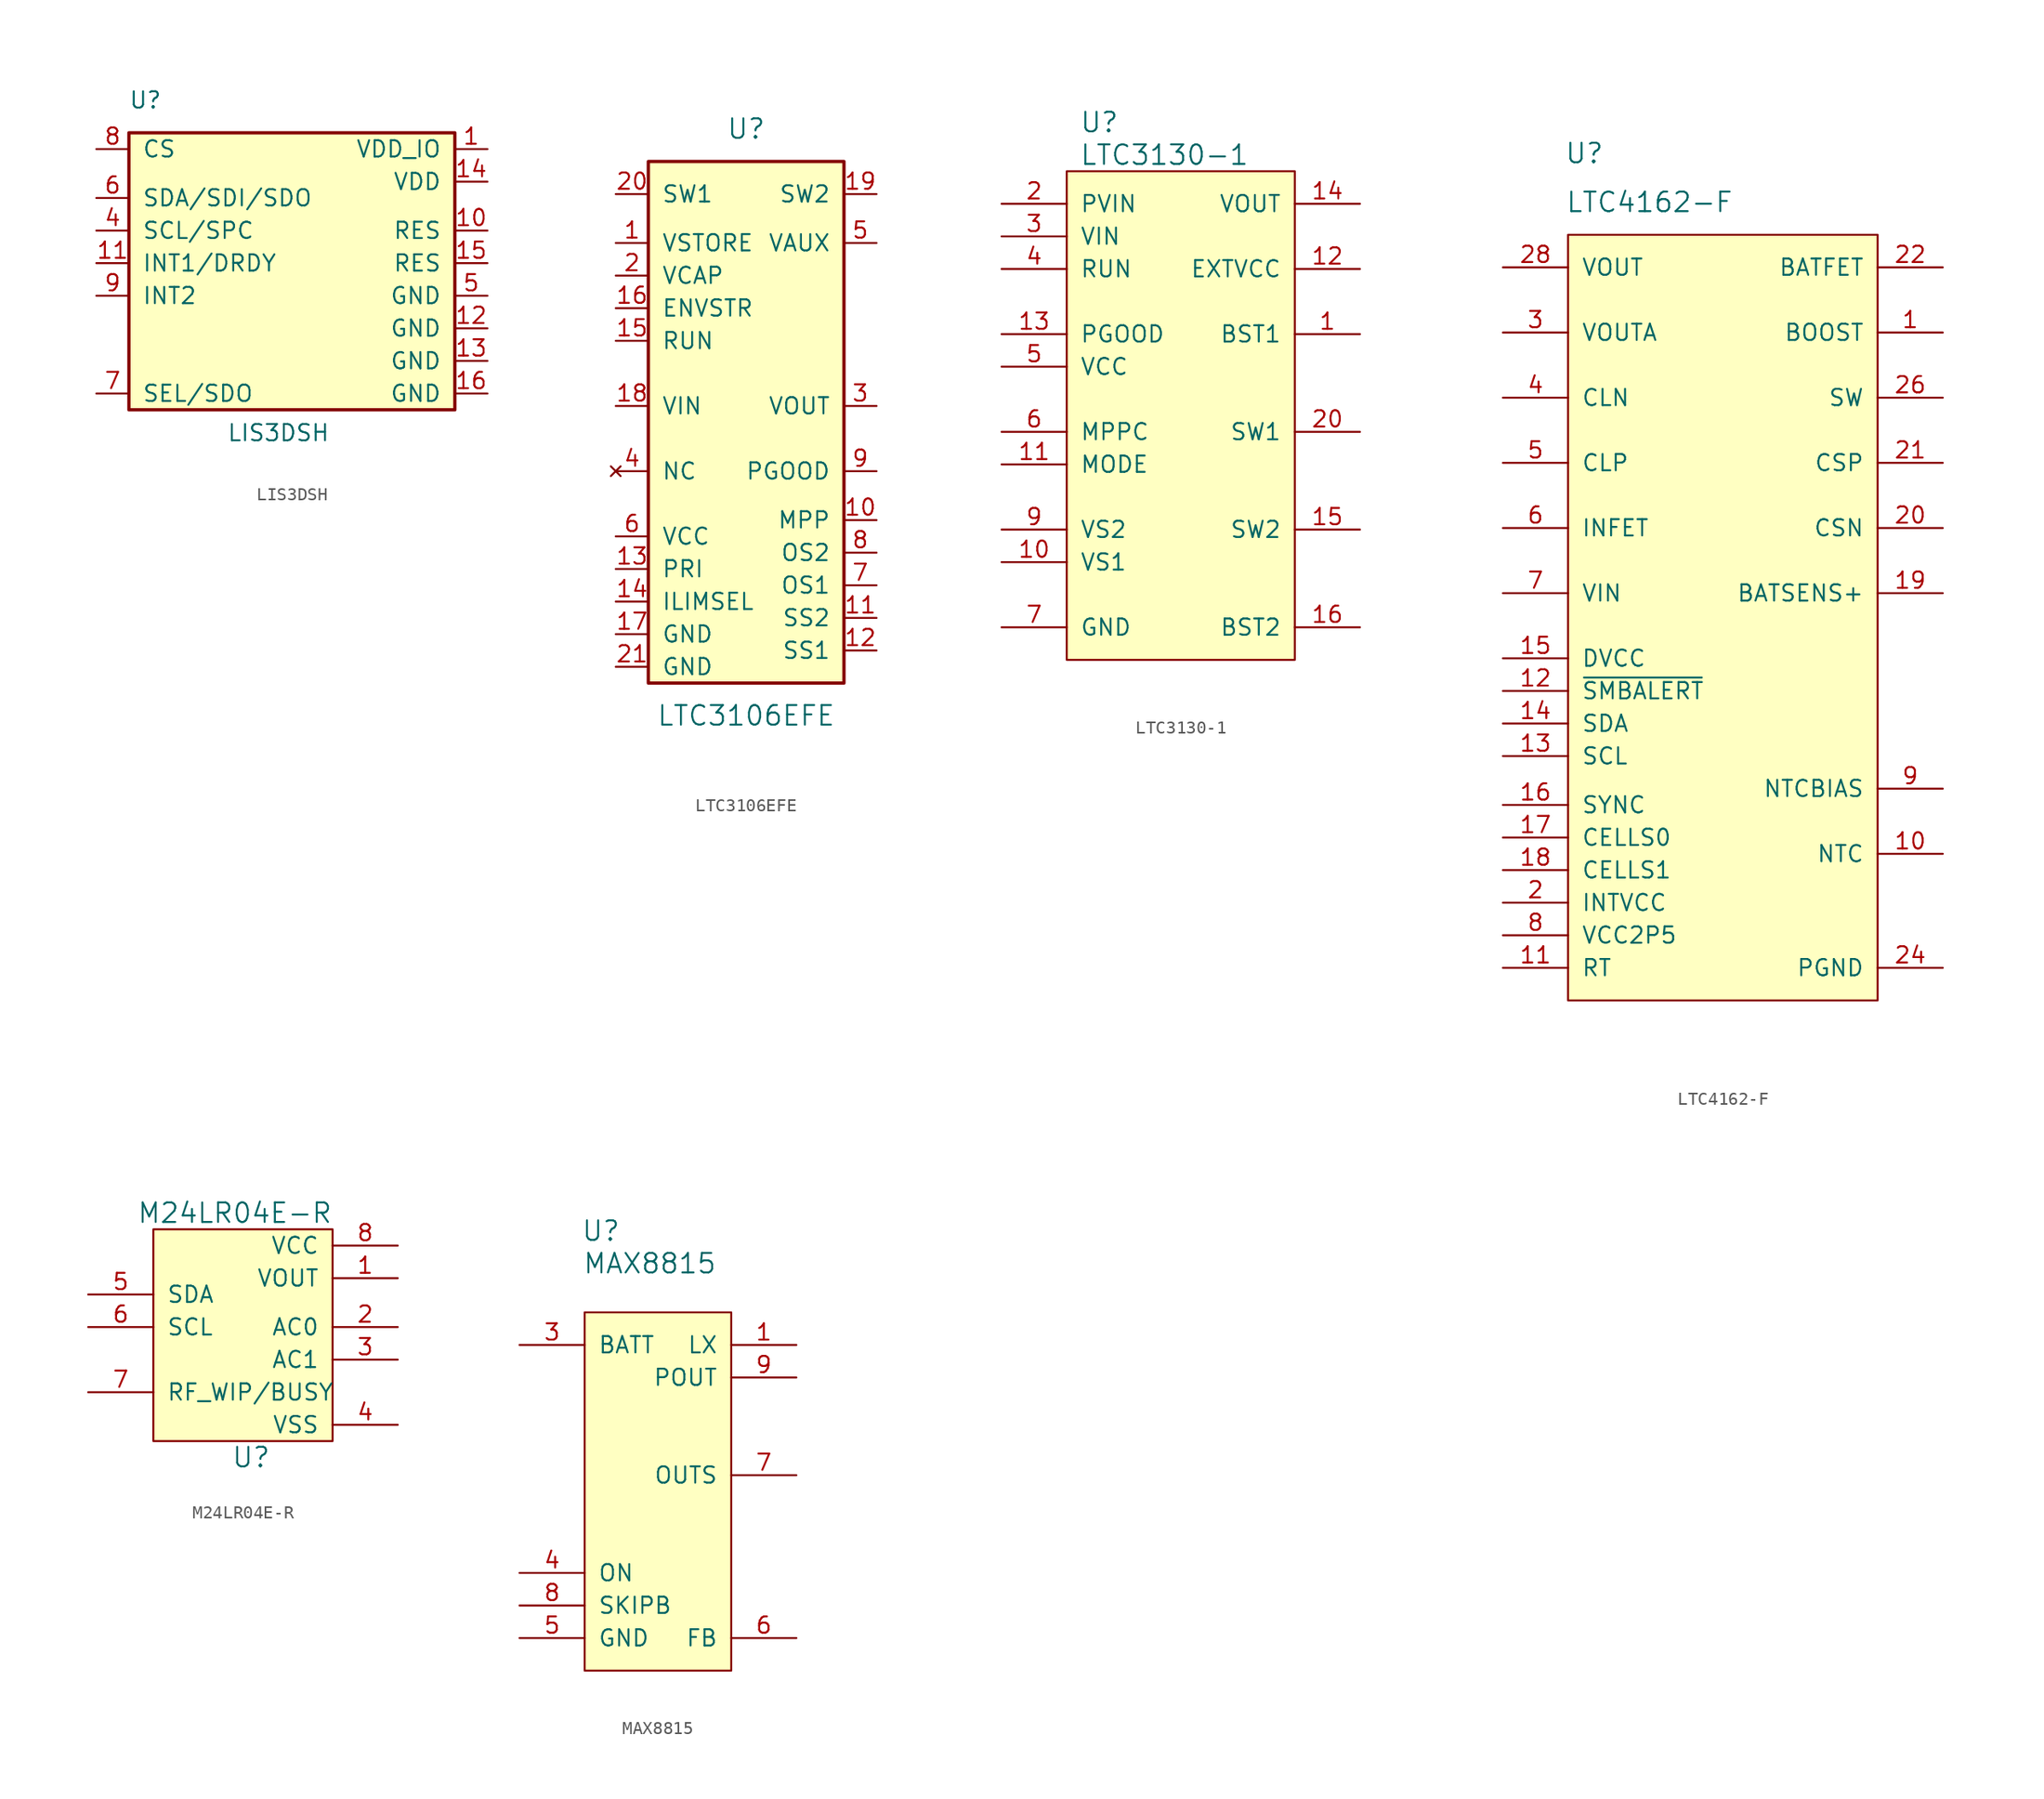
<source format=kicad_sym>
(kicad_symbol_lib
  (version 20201005)
  (generator kicad_symbol_editor)
  (symbol "goyman:LIS3DSH"
    (pin_names
      (offset 1.016))
    (property "Reference" "U"
      (at -12.725 13.233 0)
      (effects (font (size 1.27 1.27)) (justify left bottom)))
    (property "Value" "LIS3DSH"
      (at -5.08 -12.7 0)
      (effects (font (size 1.27 1.27)) (justify left bottom)))
    (property "ki_locked" ""
      (at 0 0 0)
      (effects (font (size 1.27 1.27))))
    (symbol "LIS3DSH_0_0"
      (pin power_in line (at 15.24 10.16 180) (length 2.54) (name "VDD_IO" (effects (font (size 1.27 1.27)))) (number "1" (effects (font (size 1.27 1.27)))))
      (pin power_in line (at 15.24 3.81 180) (length 2.54) (name "RES" (effects (font (size 1.27 1.27)))) (number "10" (effects (font (size 1.27 1.27)))))
      (pin input line (at -15.24 1.27 0) (length 2.54) (name "INT1/DRDY" (effects (font (size 1.27 1.27)))) (number "11" (effects (font (size 1.27 1.27)))))
      (pin power_in line (at 15.24 -3.81 180) (length 2.54) (name "GND" (effects (font (size 1.27 1.27)))) (number "12" (effects (font (size 1.27 1.27)))))
      (pin power_in line (at 15.24 -6.35 180) (length 2.54) (name "GND" (effects (font (size 1.27 1.27)))) (number "13" (effects (font (size 1.27 1.27)))))
      (pin power_in line (at 15.24 7.62 180) (length 2.54) (name "VDD" (effects (font (size 1.27 1.27)))) (number "14" (effects (font (size 1.27 1.27)))))
      (pin power_in line (at 15.24 1.27 180) (length 2.54) (name "RES" (effects (font (size 1.27 1.27)))) (number "15" (effects (font (size 1.27 1.27)))))
      (pin power_in line (at 15.24 -8.89 180) (length 2.54) (name "GND" (effects (font (size 1.27 1.27)))) (number "16" (effects (font (size 1.27 1.27)))))
      (pin input line (at -15.24 3.81 0) (length 2.54) (name "SCL/SPC" (effects (font (size 1.27 1.27)))) (number "4" (effects (font (size 1.27 1.27)))))
      (pin power_in line (at 15.24 -1.27 180) (length 2.54) (name "GND" (effects (font (size 1.27 1.27)))) (number "5" (effects (font (size 1.27 1.27)))))
      (pin bidirectional line (at -15.24 6.35 0) (length 2.54) (name "SDA/SDI/SDO" (effects (font (size 1.27 1.27)))) (number "6" (effects (font (size 1.27 1.27)))))
      (pin output line (at -15.24 -8.89 0) (length 2.54) (name "SEL/SDO" (effects (font (size 1.27 1.27)))) (number "7" (effects (font (size 1.27 1.27)))))
      (pin input line (at -15.24 10.16 0) (length 2.54) (name "CS" (effects (font (size 1.27 1.27)))) (number "8" (effects (font (size 1.27 1.27)))))
      (pin input line (at -15.24 -1.27 0) (length 2.54) (name "INT2" (effects (font (size 1.27 1.27)))) (number "9" (effects (font (size 1.27 1.27))))))
    (symbol "LIS3DSH_1_0"
      (rectangle (start -12.7 11.43) (end 12.7 -10.16) (stroke (width 0.254)) (fill (type background)))))
  (symbol "goyman:LTC3106EFE"
    (pin_names
      (offset 1.016))
    (property "Reference" "U"
      (at 0 19.05 0)
      (effects (font (size 1.524 1.524))))
    (property "Value" "LTC3106EFE"
      (at 0 -26.67 0)
      (effects (font (size 1.524 1.524))))
    (symbol "LTC3106EFE_0_0"
      (rectangle (start -7.62 16.51) (end 7.62 -24.13) (stroke (width 0.254)) (fill (type background)))
      (pin power_in line (at 10.16 -11.43 180) (length 2.54) (name "MPP" (effects (font (size 1.27 1.27)))) (number "10" (effects (font (size 1.27 1.27)))))
      (pin power_in line (at 10.16 -19.05 180) (length 2.54) (name "SS2" (effects (font (size 1.27 1.27)))) (number "11" (effects (font (size 1.27 1.27)))))
      (pin power_in line (at 10.16 -21.59 180) (length 2.54) (name "SS1" (effects (font (size 1.27 1.27)))) (number "12" (effects (font (size 1.27 1.27)))))
      (pin power_in line (at -10.16 -15.24 0) (length 2.54) (name "PRI" (effects (font (size 1.27 1.27)))) (number "13" (effects (font (size 1.27 1.27)))))
      (pin power_in line (at -10.16 -17.78 0) (length 2.54) (name "ILIMSEL" (effects (font (size 1.27 1.27)))) (number "14" (effects (font (size 1.27 1.27)))))
      (pin power_in line (at -10.16 2.54 0) (length 2.54) (name "RUN" (effects (font (size 1.27 1.27)))) (number "15" (effects (font (size 1.27 1.27)))))
      (pin power_in line (at -10.16 5.08 0) (length 2.54) (name "ENVSTR" (effects (font (size 1.27 1.27)))) (number "16" (effects (font (size 1.27 1.27)))))
      (pin power_in line (at -10.16 -20.32 0) (length 2.54) (name "GND" (effects (font (size 1.27 1.27)))) (number "17" (effects (font (size 1.27 1.27)))))
      (pin power_in line (at -10.16 -2.54 0) (length 2.54) (name "VIN" (effects (font (size 1.27 1.27)))) (number "18" (effects (font (size 1.27 1.27)))))
      (pin power_in line (at 10.16 13.97 180) (length 2.54) (name "SW2" (effects (font (size 1.27 1.27)))) (number "19" (effects (font (size 1.27 1.27)))))
      (pin power_in line (at -10.16 7.62 0) (length 2.54) (name "VCAP" (effects (font (size 1.27 1.27)))) (number "2" (effects (font (size 1.27 1.27)))))
      (pin power_in line (at -10.16 13.97 0) (length 2.54) (name "SW1" (effects (font (size 1.27 1.27)))) (number "20" (effects (font (size 1.27 1.27)))))
      (pin power_in line (at 10.16 -2.54 180) (length 2.54) (name "VOUT" (effects (font (size 1.27 1.27)))) (number "3" (effects (font (size 1.27 1.27)))))
      (pin unconnected line (at -10.16 -7.62 0) (length 2.54) (name "NC" (effects (font (size 1.27 1.27)))) (number "4" (effects (font (size 1.27 1.27)))))
      (pin power_in line (at 10.16 10.16 180) (length 2.54) (name "VAUX" (effects (font (size 1.27 1.27)))) (number "5" (effects (font (size 1.27 1.27)))))
      (pin power_in line (at -10.16 -12.7 0) (length 2.54) (name "VCC" (effects (font (size 1.27 1.27)))) (number "6" (effects (font (size 1.27 1.27)))))
      (pin power_in line (at 10.16 -16.51 180) (length 2.54) (name "OS1" (effects (font (size 1.27 1.27)))) (number "7" (effects (font (size 1.27 1.27)))))
      (pin power_in line (at 10.16 -13.97 180) (length 2.54) (name "OS2" (effects (font (size 1.27 1.27)))) (number "8" (effects (font (size 1.27 1.27)))))
      (pin power_in line (at 10.16 -7.62 180) (length 2.54) (name "PGOOD" (effects (font (size 1.27 1.27)))) (number "9" (effects (font (size 1.27 1.27))))))
    (symbol "LTC3106EFE_1_0"
      (pin power_in line (at -10.16 10.16 0) (length 2.54) (name "VSTORE" (effects (font (size 1.27 1.27)))) (number "1" (effects (font (size 1.27 1.27))))))
    (symbol "LTC3106EFE_1_1"
      (pin power_in line (at -10.16 -22.86 0) (length 2.54) (name "GND" (effects (font (size 1.27 1.27)))) (number "21" (effects (font (size 1.27 1.27)))))))
  (symbol "goyman:LTC3130-1"
    (pin_names
      (offset 1.016))
    (property "Reference" "U"
      (at 2.54 3.81 0)
      (effects (font (size 1.524 1.524))))
    (property "Value" "LTC3130-1"
      (at 7.62 1.27 0)
      (effects (font (size 1.524 1.524))))
    (symbol "LTC3130-1_0_1"
      (rectangle (start 0 0) (end 17.78 -38.1) (stroke (width 0)) (fill (type background))))
    (symbol "LTC3130-1_1_1"
      (pin passive line (at 22.86 -12.7 180) (length 5.08) (name "BST1" (effects (font (size 1.27 1.27)))) (number "1" (effects (font (size 1.27 1.27)))))
      (pin passive line (at -5.08 -30.48 0) (length 5.08) (name "VS1" (effects (font (size 1.27 1.27)))) (number "10" (effects (font (size 1.27 1.27)))))
      (pin passive line (at -5.08 -22.86 0) (length 5.08) (name "MODE" (effects (font (size 1.27 1.27)))) (number "11" (effects (font (size 1.27 1.27)))))
      (pin passive line (at 22.86 -7.62 180) (length 5.08) (name "EXTVCC" (effects (font (size 1.27 1.27)))) (number "12" (effects (font (size 1.27 1.27)))))
      (pin passive line (at -5.08 -12.7 0) (length 5.08) (name "PGOOD" (effects (font (size 1.27 1.27)))) (number "13" (effects (font (size 1.27 1.27)))))
      (pin passive line (at 22.86 -2.54 180) (length 5.08) (name "VOUT" (effects (font (size 1.27 1.27)))) (number "14" (effects (font (size 1.27 1.27)))))
      (pin passive line (at 22.86 -27.94 180) (length 5.08) (name "SW2" (effects (font (size 1.27 1.27)))) (number "15" (effects (font (size 1.27 1.27)))))
      (pin passive line (at 22.86 -35.56 180) (length 5.08) (name "BST2" (effects (font (size 1.27 1.27)))) (number "16" (effects (font (size 1.27 1.27)))))
      (pin unconnected line (at -5.08 -35.56 0) (length 5.08) hide (name "~" (effects (font (size 1.27 1.27)))) (number "17" (effects (font (size 1.27 1.27)))))
      (pin passive line (at -5.08 -35.56 0) (length 5.08) hide (name "PGND" (effects (font (size 1.27 1.27)))) (number "18" (effects (font (size 1.27 1.27)))))
      (pin passive line (at -5.08 -35.56 0) (length 5.08) hide (name "PGND" (effects (font (size 1.27 1.27)))) (number "19" (effects (font (size 1.27 1.27)))))
      (pin passive line (at -5.08 -2.54 0) (length 5.08) (name "PVIN" (effects (font (size 1.27 1.27)))) (number "2" (effects (font (size 1.27 1.27)))))
      (pin passive line (at 22.86 -20.32 180) (length 5.08) (name "SW1" (effects (font (size 1.27 1.27)))) (number "20" (effects (font (size 1.27 1.27)))))
      (pin passive line (at -5.08 -35.56 0) (length 5.08) hide (name "GND" (effects (font (size 1.27 1.27)))) (number "21" (effects (font (size 1.27 1.27)))))
      (pin passive line (at -5.08 -5.08 0) (length 5.08) (name "VIN" (effects (font (size 1.27 1.27)))) (number "3" (effects (font (size 1.27 1.27)))))
      (pin passive line (at -5.08 -7.62 0) (length 5.08) (name "RUN" (effects (font (size 1.27 1.27)))) (number "4" (effects (font (size 1.27 1.27)))))
      (pin passive line (at -5.08 -15.24 0) (length 5.08) (name "VCC" (effects (font (size 1.27 1.27)))) (number "5" (effects (font (size 1.27 1.27)))))
      (pin passive line (at -5.08 -20.32 0) (length 5.08) (name "MPPC" (effects (font (size 1.27 1.27)))) (number "6" (effects (font (size 1.27 1.27)))))
      (pin passive line (at -5.08 -35.56 0) (length 5.08) (name "GND" (effects (font (size 1.27 1.27)))) (number "7" (effects (font (size 1.27 1.27)))))
      (pin passive line (at -5.08 -35.56 0) (length 5.08) hide (name "GND" (effects (font (size 1.27 1.27)))) (number "8" (effects (font (size 1.27 1.27)))))
      (pin passive line (at -5.08 -27.94 0) (length 5.08) (name "VS2" (effects (font (size 1.27 1.27)))) (number "9" (effects (font (size 1.27 1.27)))))))
  (symbol "goyman:LTC4162-F"
    (pin_names
      (offset 1.016))
    (property "Reference" "U"
      (at 1.27 6.35 0)
      (effects (font (size 1.524 1.524))))
    (property "Value" "LTC4162-F"
      (at 6.35 2.54 0)
      (effects (font (size 1.524 1.524))))
    (symbol "LTC4162-F_0_1"
      (rectangle (start 24.13 -59.69) (end 0 0) (stroke (width 0)) (fill (type background))))
    (symbol "LTC4162-F_1_1"
      (pin passive line (at 29.21 -7.62 180) (length 5.08) (name "BOOST" (effects (font (size 1.27 1.27)))) (number "1" (effects (font (size 1.27 1.27)))))
      (pin passive line (at 29.21 -48.26 180) (length 5.08) (name "NTC" (effects (font (size 1.27 1.27)))) (number "10" (effects (font (size 1.27 1.27)))))
      (pin passive line (at -5.08 -57.15 0) (length 5.08) (name "RT" (effects (font (size 1.27 1.27)))) (number "11" (effects (font (size 1.27 1.27)))))
      (pin passive line (at -5.08 -35.56 0) (length 5.08) (name "~SMBALERT~" (effects (font (size 1.27 1.27)))) (number "12" (effects (font (size 1.27 1.27)))))
      (pin passive line (at -5.08 -40.64 0) (length 5.08) (name "SCL" (effects (font (size 1.27 1.27)))) (number "13" (effects (font (size 1.27 1.27)))))
      (pin passive line (at -5.08 -38.1 0) (length 5.08) (name "SDA" (effects (font (size 1.27 1.27)))) (number "14" (effects (font (size 1.27 1.27)))))
      (pin passive line (at -5.08 -33.02 0) (length 5.08) (name "DVCC" (effects (font (size 1.27 1.27)))) (number "15" (effects (font (size 1.27 1.27)))))
      (pin passive line (at -5.08 -44.45 0) (length 5.08) (name "SYNC" (effects (font (size 1.27 1.27)))) (number "16" (effects (font (size 1.27 1.27)))))
      (pin passive line (at -5.08 -46.99 0) (length 5.08) (name "CELLS0" (effects (font (size 1.27 1.27)))) (number "17" (effects (font (size 1.27 1.27)))))
      (pin passive line (at -5.08 -49.53 0) (length 5.08) (name "CELLS1" (effects (font (size 1.27 1.27)))) (number "18" (effects (font (size 1.27 1.27)))))
      (pin passive line (at 29.21 -27.94 180) (length 5.08) (name "BATSENS+" (effects (font (size 1.27 1.27)))) (number "19" (effects (font (size 1.27 1.27)))))
      (pin passive line (at -5.08 -52.07 0) (length 5.08) (name "INTVCC" (effects (font (size 1.27 1.27)))) (number "2" (effects (font (size 1.27 1.27)))))
      (pin passive line (at 29.21 -22.86 180) (length 5.08) (name "CSN" (effects (font (size 1.27 1.27)))) (number "20" (effects (font (size 1.27 1.27)))))
      (pin passive line (at 29.21 -17.78 180) (length 5.08) (name "CSP" (effects (font (size 1.27 1.27)))) (number "21" (effects (font (size 1.27 1.27)))))
      (pin passive line (at 29.21 -2.54 180) (length 5.08) (name "BATFET" (effects (font (size 1.27 1.27)))) (number "22" (effects (font (size 1.27 1.27)))))
      (pin passive line (at 29.21 -57.15 180) (length 5.08) hide (name "PGND" (effects (font (size 1.27 1.27)))) (number "23" (effects (font (size 1.27 1.27)))))
      (pin passive line (at 29.21 -57.15 180) (length 5.08) (name "PGND" (effects (font (size 1.27 1.27)))) (number "24" (effects (font (size 1.27 1.27)))))
      (pin passive line (at 29.21 -12.7 180) (length 5.08) hide (name "SW" (effects (font (size 1.27 1.27)))) (number "25" (effects (font (size 1.27 1.27)))))
      (pin passive line (at 29.21 -12.7 180) (length 5.08) (name "SW" (effects (font (size 1.27 1.27)))) (number "26" (effects (font (size 1.27 1.27)))))
      (pin passive line (at -5.08 -2.54 0) (length 5.08) hide (name "VOUT" (effects (font (size 1.27 1.27)))) (number "27" (effects (font (size 1.27 1.27)))))
      (pin passive line (at -5.08 -2.54 0) (length 5.08) (name "VOUT" (effects (font (size 1.27 1.27)))) (number "28" (effects (font (size 1.27 1.27)))))
      (pin passive line (at 29.21 -57.15 180) (length 5.08) hide (name "AGND" (effects (font (size 1.27 1.27)))) (number "29" (effects (font (size 1.27 1.27)))))
      (pin passive line (at -5.08 -7.62 0) (length 5.08) (name "VOUTA" (effects (font (size 1.27 1.27)))) (number "3" (effects (font (size 1.27 1.27)))))
      (pin passive line (at -5.08 -12.7 0) (length 5.08) (name "CLN" (effects (font (size 1.27 1.27)))) (number "4" (effects (font (size 1.27 1.27)))))
      (pin passive line (at -5.08 -17.78 0) (length 5.08) (name "CLP" (effects (font (size 1.27 1.27)))) (number "5" (effects (font (size 1.27 1.27)))))
      (pin passive line (at -5.08 -22.86 0) (length 5.08) (name "INFET" (effects (font (size 1.27 1.27)))) (number "6" (effects (font (size 1.27 1.27)))))
      (pin passive line (at -5.08 -27.94 0) (length 5.08) (name "VIN" (effects (font (size 1.27 1.27)))) (number "7" (effects (font (size 1.27 1.27)))))
      (pin passive line (at -5.08 -54.61 0) (length 5.08) (name "VCC2P5" (effects (font (size 1.27 1.27)))) (number "8" (effects (font (size 1.27 1.27)))))
      (pin passive line (at 29.21 -43.18 180) (length 5.08) (name "NTCBIAS" (effects (font (size 1.27 1.27)))) (number "9" (effects (font (size 1.27 1.27)))))))
  (symbol "goyman:M24LR04E-R"
    (pin_names
      (offset 1.016))
    (property "Reference" "U"
      (at 0 -8.89 0)
      (effects (font (size 1.524 1.524))))
    (property "Value" "M24LR04E-R"
      (at -1.27 10.16 0)
      (effects (font (size 1.524 1.524))))
    (symbol "M24LR04E-R_0_1"
      (rectangle (start 6.35 8.89) (end -7.62 -7.62) (stroke (width 0)) (fill (type background))))
    (symbol "M24LR04E-R_1_1"
      (pin input line (at 11.43 5.08 180) (length 5.08) (name "VOUT" (effects (font (size 1.27 1.27)))) (number "1" (effects (font (size 1.27 1.27)))))
      (pin input line (at 11.43 1.27 180) (length 5.08) (name "AC0" (effects (font (size 1.27 1.27)))) (number "2" (effects (font (size 1.27 1.27)))))
      (pin input line (at 11.43 -1.27 180) (length 5.08) (name "AC1" (effects (font (size 1.27 1.27)))) (number "3" (effects (font (size 1.27 1.27)))))
      (pin input line (at 11.43 -6.35 180) (length 5.08) (name "VSS" (effects (font (size 1.27 1.27)))) (number "4" (effects (font (size 1.27 1.27)))))
      (pin input line (at -12.7 3.81 0) (length 5.08) (name "SDA" (effects (font (size 1.27 1.27)))) (number "5" (effects (font (size 1.27 1.27)))))
      (pin input line (at -12.7 1.27 0) (length 5.08) (name "SCL" (effects (font (size 1.27 1.27)))) (number "6" (effects (font (size 1.27 1.27)))))
      (pin input line (at -12.7 -3.81 0) (length 5.08) (name "RF_WIP/BUSY" (effects (font (size 1.27 1.27)))) (number "7" (effects (font (size 1.27 1.27)))))
      (pin input line (at 11.43 7.62 180) (length 5.08) (name "VCC" (effects (font (size 1.27 1.27)))) (number "8" (effects (font (size 1.27 1.27)))))))
  (symbol "goyman:MAX8815"
    (pin_names
      (offset 1.016))
    (property "Reference" "U"
      (at 1.27 6.35 0)
      (effects (font (size 1.524 1.524))))
    (property "Value" "MAX8815"
      (at 5.08 3.81 0)
      (effects (font (size 1.524 1.524))))
    (symbol "MAX8815_0_0"
      (pin unconnected line (at -5.08 -25.4 0) (length 5.08) hide (name "GND_TP" (effects (font (size 1.27 1.27)))) (number "11" (effects (font (size 1.27 1.27))))))
    (symbol "MAX8815_0_1"
      (rectangle (start 0 0) (end 11.43 -27.94) (stroke (width 0)) (fill (type background))))
    (symbol "MAX8815_1_1"
      (pin passive line (at 16.51 -2.54 180) (length 5.08) (name "LX" (effects (font (size 1.27 1.27)))) (number "1" (effects (font (size 1.27 1.27)))))
      (pin passive line (at 16.51 -5.08 180) (length 5.08) hide (name "POUT" (effects (font (size 1.27 1.27)))) (number "10" (effects (font (size 1.27 1.27)))))
      (pin passive line (at 16.51 -2.54 180) (length 5.08) hide (name "LX" (effects (font (size 1.27 1.27)))) (number "2" (effects (font (size 1.27 1.27)))))
      (pin passive line (at -5.08 -2.54 0) (length 5.08) (name "BATT" (effects (font (size 1.27 1.27)))) (number "3" (effects (font (size 1.27 1.27)))))
      (pin passive line (at -5.08 -20.32 0) (length 5.08) (name "ON" (effects (font (size 1.27 1.27)))) (number "4" (effects (font (size 1.27 1.27)))))
      (pin passive line (at -5.08 -25.4 0) (length 5.08) (name "GND" (effects (font (size 1.27 1.27)))) (number "5" (effects (font (size 1.27 1.27)))))
      (pin passive line (at 16.51 -25.4 180) (length 5.08) (name "FB" (effects (font (size 1.27 1.27)))) (number "6" (effects (font (size 1.27 1.27)))))
      (pin passive line (at 16.51 -12.7 180) (length 5.08) (name "OUTS" (effects (font (size 1.27 1.27)))) (number "7" (effects (font (size 1.27 1.27)))))
      (pin passive line (at -5.08 -22.86 0) (length 5.08) (name "SKIPB" (effects (font (size 1.27 1.27)))) (number "8" (effects (font (size 1.27 1.27)))))
      (pin passive line (at 16.51 -5.08 180) (length 5.08) (name "POUT" (effects (font (size 1.27 1.27)))) (number "9" (effects (font (size 1.27 1.27))))))))
</source>
